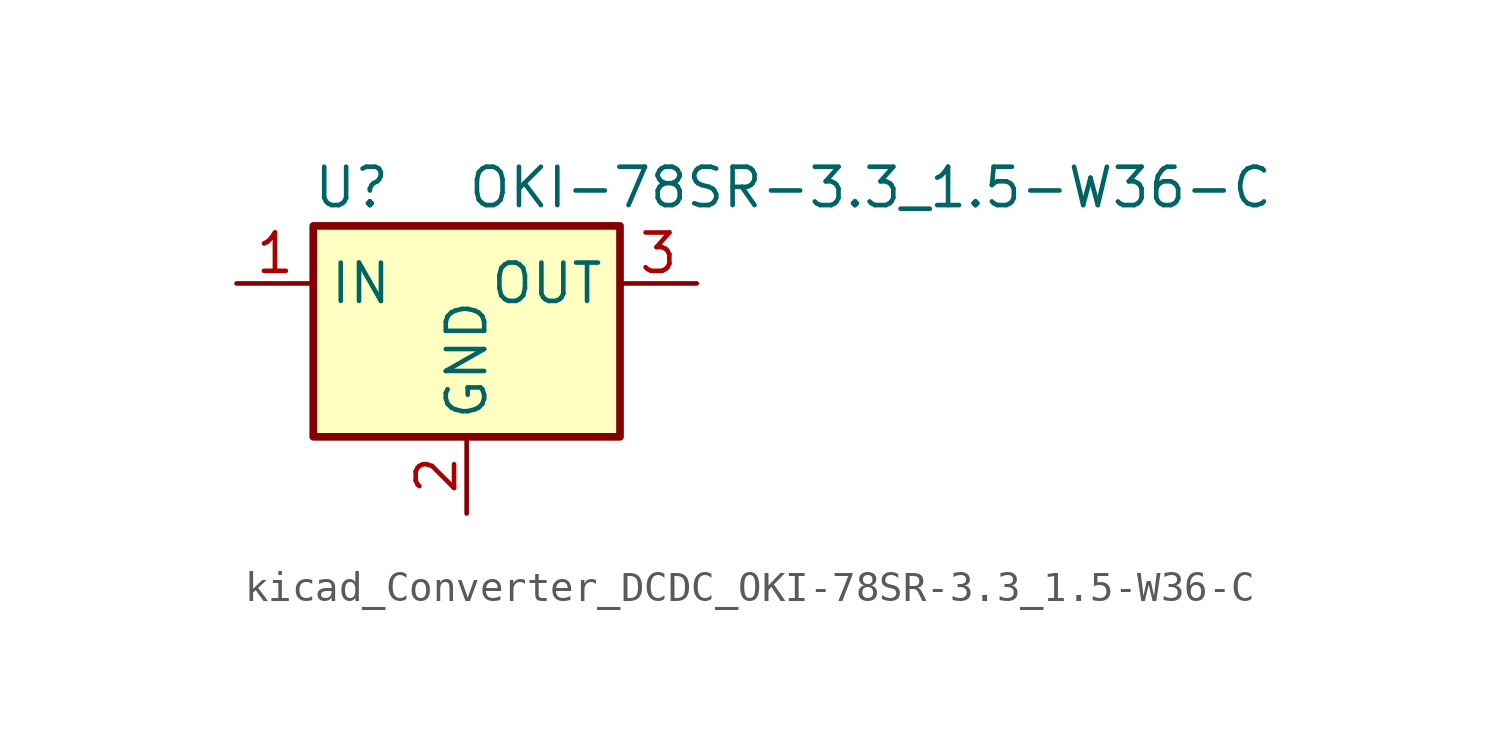
<source format=kicad_sym>
(kicad_symbol_lib
  (version 20220914)
  (generator kicad_symbol_editor)
  (symbol "kicad_Converter_DCDC_OKI-78SR-3.3_1.5-W36-C"
    (property "Reference" "U"
      (at -3.81 3.175 0)
      (effects (font (size 1.27 1.27))))
    (property "Value" "OKI-78SR-3.3_1.5-W36-C"
      (at 0 3.175 0)
      (effects (font (size 1.27 1.27)) (justify left)))
    (symbol "kicad_Converter_DCDC_OKI-78SR-3.3_1.5-W36-C_0_1"
      (rectangle (start -5.08 1.905) (end 5.08 -5.08) (stroke (width 0.254) (type default)) (fill (type background))))
    (symbol "kicad_Converter_DCDC_OKI-78SR-3.3_1.5-W36-C_1_1"
      (pin power_in line (at -7.62 0 0) (length 2.54) (name "IN" (effects (font (size 1.27 1.27)))) (number "1" (effects (font (size 1.27 1.27)))))
      (pin power_in line (at 0 -7.62 90) (length 2.54) (name "GND" (effects (font (size 1.27 1.27)))) (number "2" (effects (font (size 1.27 1.27)))))
      (pin power_out line (at 7.62 0 180) (length 2.54) (name "OUT" (effects (font (size 1.27 1.27)))) (number "3" (effects (font (size 1.27 1.27))))))))
</source>
